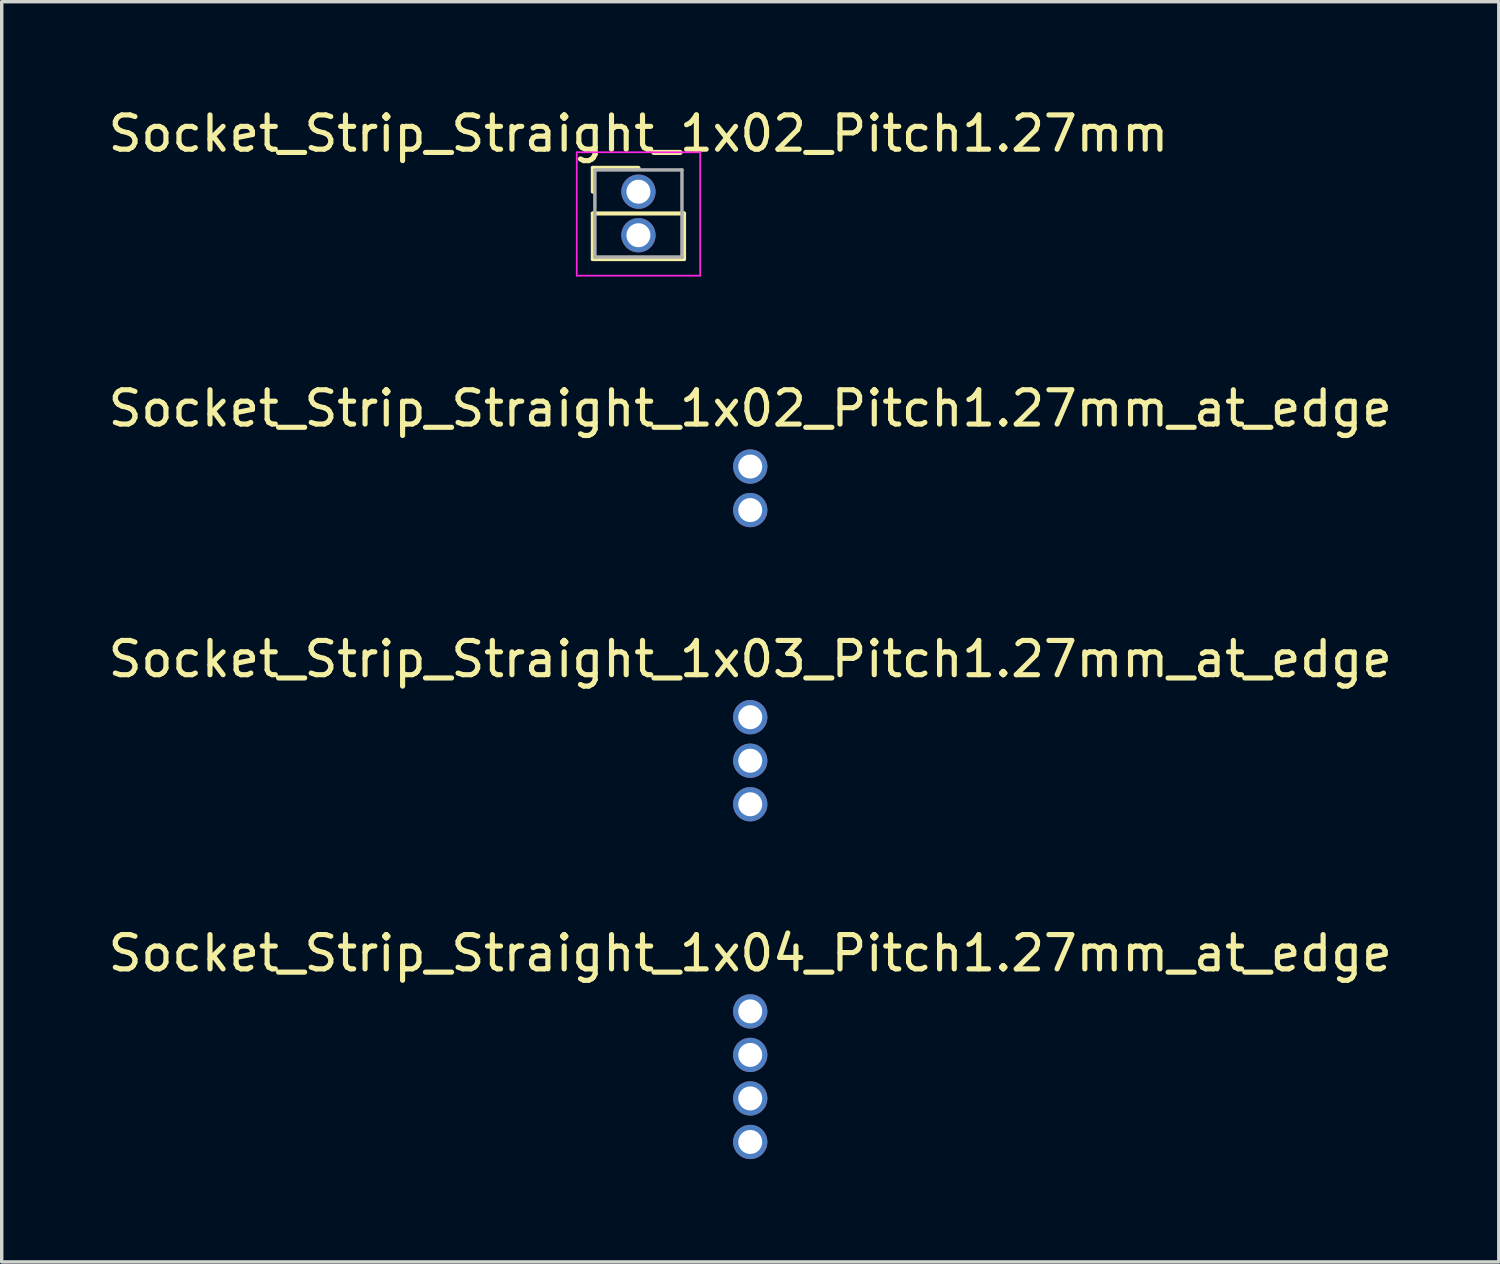
<source format=kicad_pcb>
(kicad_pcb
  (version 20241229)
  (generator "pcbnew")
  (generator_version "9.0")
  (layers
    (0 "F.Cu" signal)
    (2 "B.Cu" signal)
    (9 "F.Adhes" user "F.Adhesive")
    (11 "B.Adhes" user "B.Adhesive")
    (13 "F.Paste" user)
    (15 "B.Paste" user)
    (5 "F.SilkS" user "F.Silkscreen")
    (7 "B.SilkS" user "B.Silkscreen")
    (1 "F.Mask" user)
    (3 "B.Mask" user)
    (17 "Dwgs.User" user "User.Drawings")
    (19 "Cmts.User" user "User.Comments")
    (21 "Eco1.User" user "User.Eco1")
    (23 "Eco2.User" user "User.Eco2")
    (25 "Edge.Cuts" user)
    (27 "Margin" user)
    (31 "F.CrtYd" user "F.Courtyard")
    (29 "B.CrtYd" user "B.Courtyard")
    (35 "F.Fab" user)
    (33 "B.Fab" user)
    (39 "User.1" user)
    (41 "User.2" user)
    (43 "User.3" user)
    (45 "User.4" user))
  (footprint "Socket_Strip_Straight_1x02_Pitch1.27mm_at_edge"
    (layer "F.Cu")
    (at 18.839 10.562)
    (property "Reference" "Socket_Strip_Straight_1x02_Pitch1.27mm_at_edge" (at 0 -1.695 0) (layer "F.SilkS") (effects (font (size 1 1) (thickness 0.15))))
    (attr through_hole)
    (pad "1" thru_hole oval (at 0 0) (size 1 1) (drill 0.7) (layers "*.Cu" "*.Mask"))
    (pad "2" thru_hole oval (at 0 1.27) (size 1 1) (drill 0.7) (layers "*.Cu" "*.Mask")))
  (footprint "Socket_Strip_Straight_1x04_Pitch1.27mm_at_edge"
    (layer "F.Cu")
    (at 18.839 26.458)
    (property "Reference" "Socket_Strip_Straight_1x04_Pitch1.27mm_at_edge" (at 0 -1.695 0) (layer "F.SilkS") (effects (font (size 1 1) (thickness 0.15))))
    (attr through_hole)
    (pad "1" thru_hole oval (at 0 0) (size 1 1) (drill 0.7) (layers "*.Cu" "*.Mask"))
    (pad "2" thru_hole oval (at 0 1.27) (size 1 1) (drill 0.7) (layers "*.Cu" "*.Mask"))
    (pad "3" thru_hole oval (at 0 2.54) (size 1 1) (drill 0.7) (layers "*.Cu" "*.Mask"))
    (pad "4" thru_hole oval (at 0 3.81) (size 1 1) (drill 0.7) (layers "*.Cu" "*.Mask")))
  (footprint "Socket_Strip_Straight_1x03_Pitch1.27mm_at_edge"
    (layer "F.Cu")
    (at 18.839 17.875)
    (property "Reference" "Socket_Strip_Straight_1x03_Pitch1.27mm_at_edge" (at 0 -1.695 0) (layer "F.SilkS") (effects (font (size 1 1) (thickness 0.15))))
    (attr through_hole)
    (pad "1" thru_hole oval (at 0 0) (size 1 1) (drill 0.7) (layers "*.Cu" "*.Mask"))
    (pad "2" thru_hole oval (at 0 1.27) (size 1 1) (drill 0.7) (layers "*.Cu" "*.Mask"))
    (pad "3" thru_hole oval (at 0 2.54) (size 1 1) (drill 0.7) (layers "*.Cu" "*.Mask")))
  (footprint "Socket_Strip_Straight_1x02_Pitch1.27mm"
    (layer "F.Cu")
    (at 15.577 2.543)
    (property "Reference" "Socket_Strip_Straight_1x02_Pitch1.27mm" (at 0 -1.695 0) (layer "F.SilkS") (effects (font (size 1 1) (thickness 0.15))))
    (attr through_hole)
    (fp_line (start -1.33 -0.695) (end 0 -0.695) (stroke (width 0.12) (type solid)) (layer "F.SilkS"))
    (fp_line (start -1.33 0) (end -1.33 -0.695) (stroke (width 0.12) (type solid)) (layer "F.SilkS"))
    (fp_line (start -1.33 0.635) (end -1.33 1.965) (stroke (width 0.12) (type solid)) (layer "F.SilkS"))
    (fp_line (start -1.33 1.965) (end 1.33 1.965) (stroke (width 0.12) (type solid)) (layer "F.SilkS"))
    (fp_line (start 1.33 0.635) (end -1.33 0.635) (stroke (width 0.12) (type solid)) (layer "F.SilkS"))
    (fp_line (start 1.33 1.965) (end 1.33 0.635) (stroke (width 0.12) (type solid)) (layer "F.SilkS"))
    (fp_line (start -1.8 -1.15) (end -1.8 2.45) (stroke (width 0.05) (type solid)) (layer "F.CrtYd"))
    (fp_line (start -1.8 2.45) (end 1.8 2.45) (stroke (width 0.05) (type solid)) (layer "F.CrtYd"))
    (fp_line (start 1.8 -1.15) (end -1.8 -1.15) (stroke (width 0.05) (type solid)) (layer "F.CrtYd"))
    (fp_line (start 1.8 2.45) (end 1.8 -1.15) (stroke (width 0.05) (type solid)) (layer "F.CrtYd"))
    (fp_line (start -1.27 -0.635) (end -1.27 1.905) (stroke (width 0.1) (type solid)) (layer "F.Fab"))
    (fp_line (start -1.27 1.905) (end 1.27 1.905) (stroke (width 0.1) (type solid)) (layer "F.Fab"))
    (fp_line (start 1.27 -0.635) (end -1.27 -0.635) (stroke (width 0.1) (type solid)) (layer "F.Fab"))
    (fp_line (start 1.27 1.905) (end 1.27 -0.635) (stroke (width 0.1) (type solid)) (layer "F.Fab"))
    (pad "1" thru_hole oval (at 0 0) (size 1 1) (drill 0.7) (layers "*.Cu" "*.Mask"))
    (pad "2" thru_hole oval (at 0 1.27) (size 1 1) (drill 0.7) (layers "*.Cu" "*.Mask")))
  (gr_rect
    (start -3 -3)
    (end 40.679 33.768)
    (stroke (width 0.1) (type default))
    (fill no)
    (layer "Edge.Cuts")))
</source>
